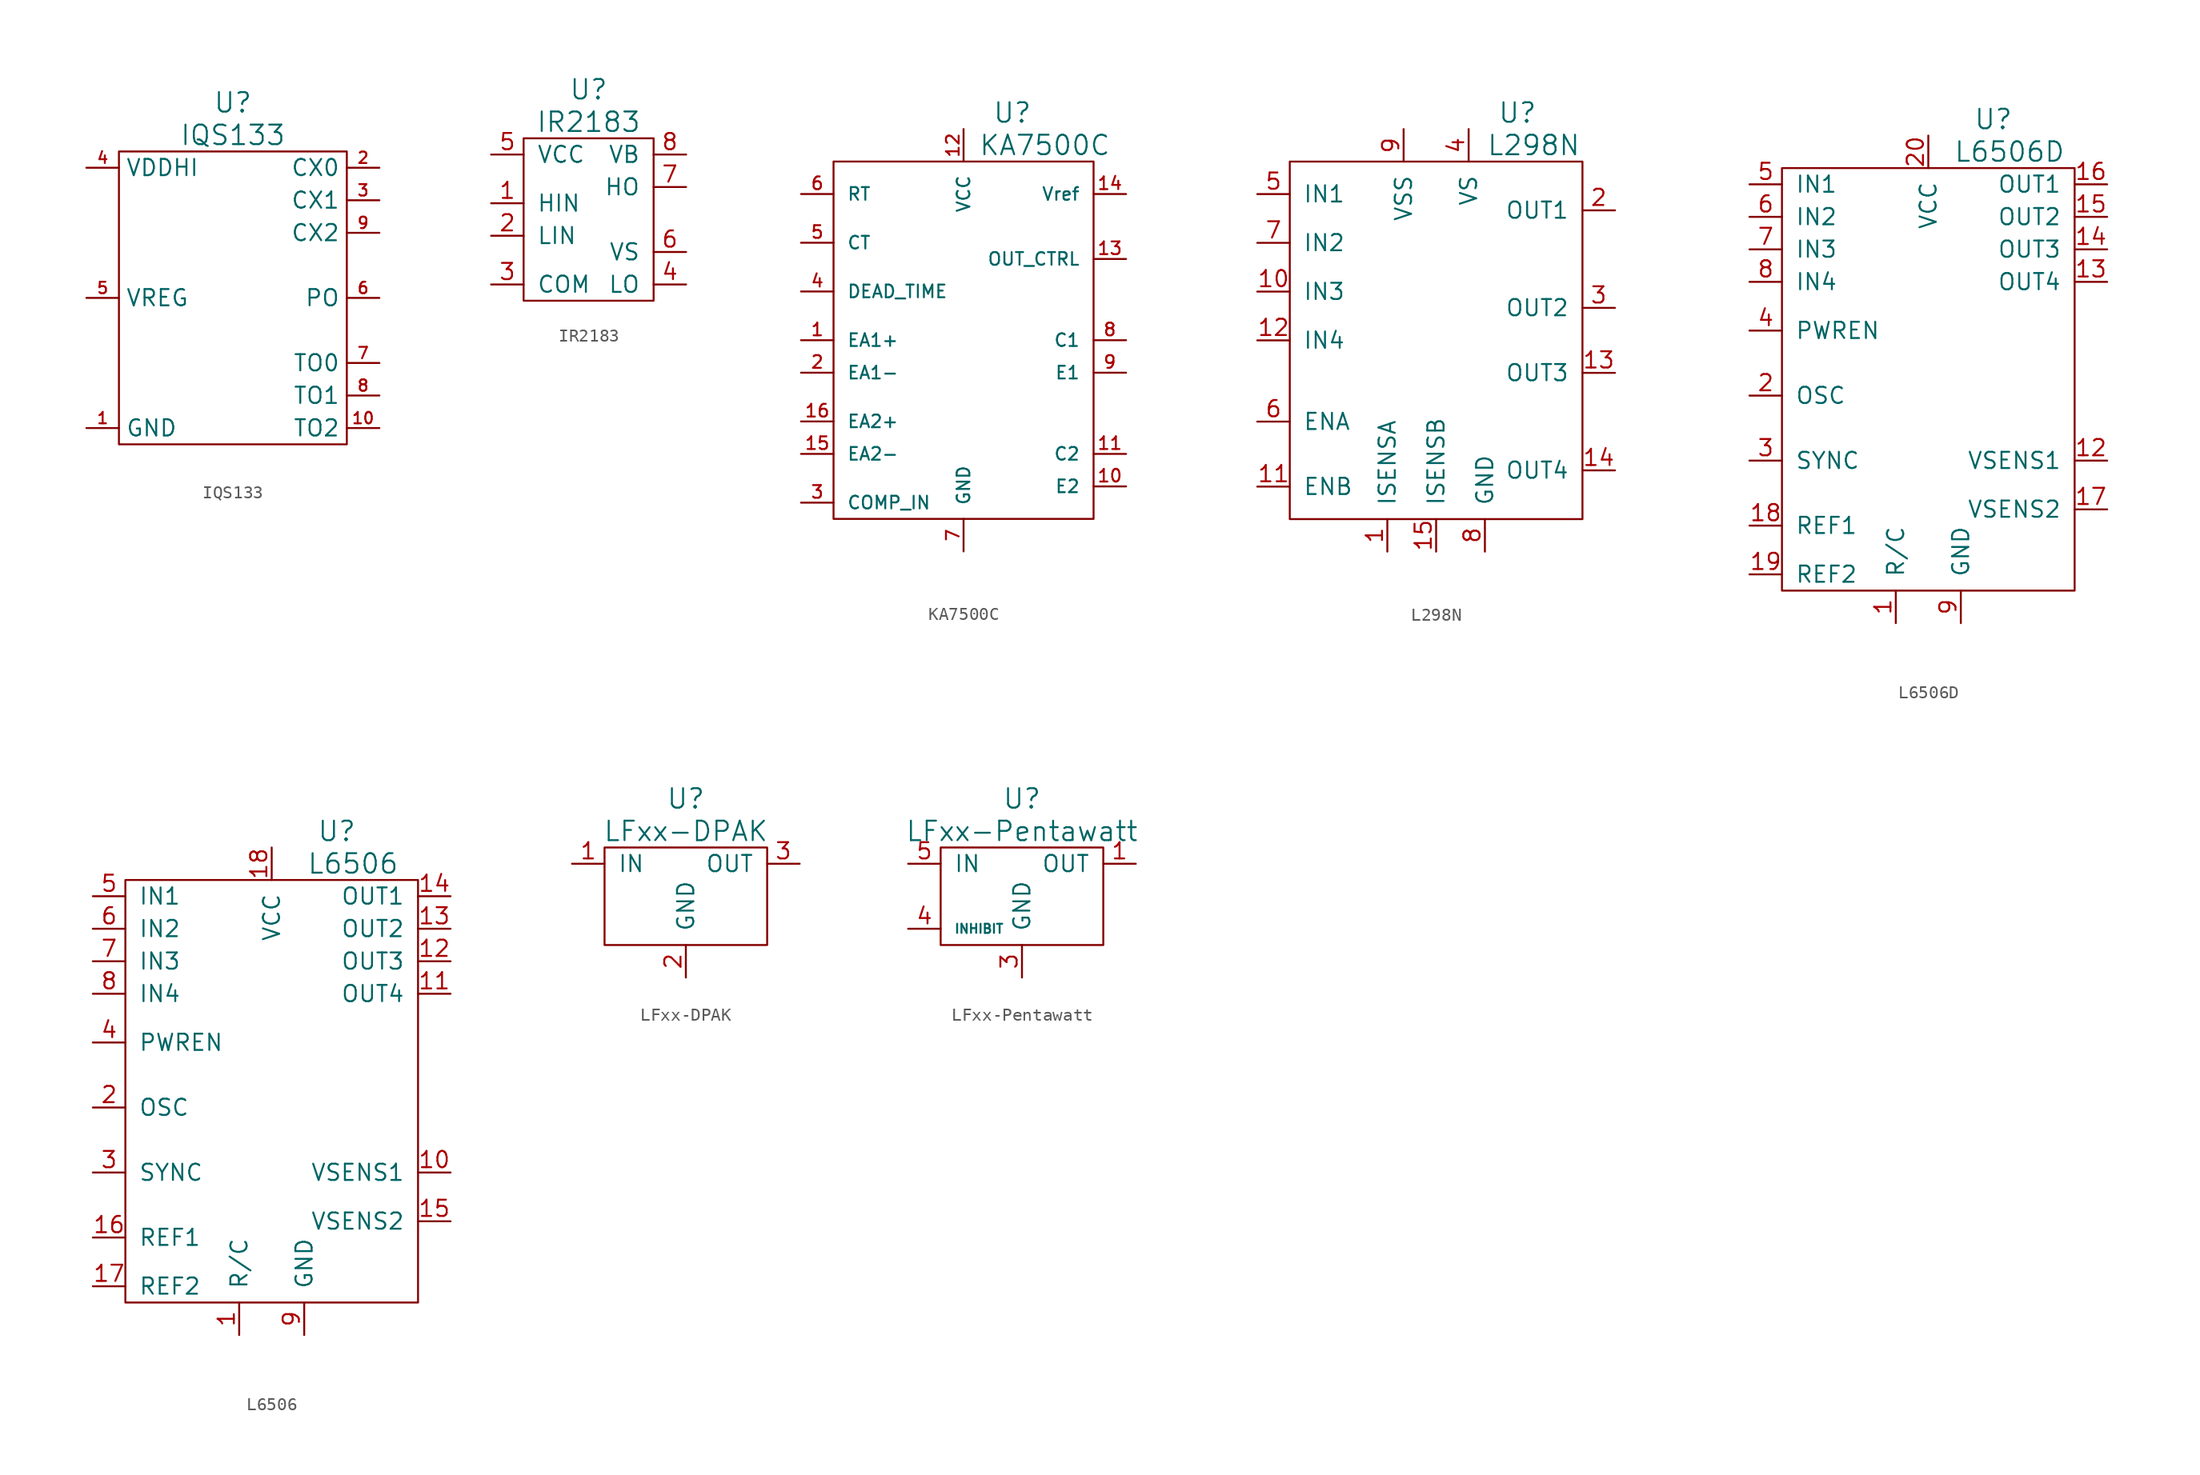
<source format=kicad_sym>
(kicad_symbol_lib
  (version 20220914)
  (generator kicad_symbol_editor)
  (symbol "IQS133"
    (property "Reference" "U"
      (at 0 15.24 0)
      (effects (font (size 1.524 1.524))))
    (property "Value" "IQS133"
      (at 0 12.7 0)
      (effects (font (size 1.524 1.524))))
    (property "Footprint" ""
      (at 0 0 0)
      (effects (font (size 1.524 1.524))))
    (property "Datasheet" ""
      (at 0 0 0)
      (effects (font (size 1.524 1.524))))
    (symbol "IQS133_0_1"
      (rectangle (start 8.89 11.43) (end -8.89 -11.43) (stroke (width 0) (type solid)) (fill (type none))))
    (symbol "IQS133_1_1"
      (pin passive line (at -11.43 -10.16 0) (length 2.54) (name "GND" (effects (font (size 1.27 1.27)))) (number "1" (effects (font (size 0.889 0.889)))))
      (pin passive line (at 11.43 -10.16 180) (length 2.54) (name "TO2" (effects (font (size 1.27 1.27)))) (number "10" (effects (font (size 0.889 0.889)))))
      (pin passive line (at 11.43 10.16 180) (length 2.54) (name "CX0" (effects (font (size 1.27 1.27)))) (number "2" (effects (font (size 0.889 0.889)))))
      (pin passive line (at 11.43 7.62 180) (length 2.54) (name "CX1" (effects (font (size 1.27 1.27)))) (number "3" (effects (font (size 0.889 0.889)))))
      (pin passive line (at -11.43 10.16 0) (length 2.54) (name "VDDHI" (effects (font (size 1.27 1.27)))) (number "4" (effects (font (size 0.889 0.889)))))
      (pin passive line (at -11.43 0 0) (length 2.54) (name "VREG" (effects (font (size 1.27 1.27)))) (number "5" (effects (font (size 0.889 0.889)))))
      (pin passive line (at 11.43 0 180) (length 2.54) (name "PO" (effects (font (size 1.27 1.27)))) (number "6" (effects (font (size 0.889 0.889)))))
      (pin passive line (at 11.43 -5.08 180) (length 2.54) (name "TO0" (effects (font (size 1.27 1.27)))) (number "7" (effects (font (size 0.889 0.889)))))
      (pin passive line (at 11.43 -7.62 180) (length 2.54) (name "TO1" (effects (font (size 1.27 1.27)))) (number "8" (effects (font (size 0.889 0.889)))))
      (pin passive line (at 11.43 5.08 180) (length 2.54) (name "CX2" (effects (font (size 1.27 1.27)))) (number "9" (effects (font (size 0.889 0.889)))))))
  (symbol "IR2183"
    (pin_names
      (offset 1.016))
    (property "Reference" "U"
      (at 0 10.16 0)
      (effects (font (size 1.524 1.524))))
    (property "Value" "IR2183"
      (at 0 7.62 0)
      (effects (font (size 1.524 1.524))))
    (property "Footprint" ""
      (at 0 0 0)
      (effects (font (size 1.524 1.524))))
    (property "Datasheet" ""
      (at 0 0 0)
      (effects (font (size 1.524 1.524))))
    (symbol "IR2183_0_1"
      (rectangle (start 5.08 6.35) (end -5.08 -6.35) (stroke (width 0) (type solid)) (fill (type none))))
    (symbol "IR2183_1_1"
      (pin passive line (at -7.62 1.27 0) (length 2.54) (name "HIN" (effects (font (size 1.27 1.27)))) (number "1" (effects (font (size 1.27 1.27)))))
      (pin passive line (at -7.62 -1.27 0) (length 2.54) (name "LIN" (effects (font (size 1.27 1.27)))) (number "2" (effects (font (size 1.27 1.27)))))
      (pin passive line (at -7.62 -5.08 0) (length 2.54) (name "COM" (effects (font (size 1.27 1.27)))) (number "3" (effects (font (size 1.27 1.27)))))
      (pin passive line (at 7.62 -5.08 180) (length 2.54) (name "LO" (effects (font (size 1.27 1.27)))) (number "4" (effects (font (size 1.27 1.27)))))
      (pin passive line (at -7.62 5.08 0) (length 2.54) (name "VCC" (effects (font (size 1.27 1.27)))) (number "5" (effects (font (size 1.27 1.27)))))
      (pin passive line (at 7.62 -2.54 180) (length 2.54) (name "VS" (effects (font (size 1.27 1.27)))) (number "6" (effects (font (size 1.27 1.27)))))
      (pin passive line (at 7.62 2.54 180) (length 2.54) (name "HO" (effects (font (size 1.27 1.27)))) (number "7" (effects (font (size 1.27 1.27)))))
      (pin passive line (at 7.62 5.08 180) (length 2.54) (name "VB" (effects (font (size 1.27 1.27)))) (number "8" (effects (font (size 1.27 1.27)))))))
  (symbol "KA7500C"
    (pin_names
      (offset 1.016))
    (property "Reference" "U"
      (at 3.81 17.78 0)
      (effects (font (size 1.524 1.524))))
    (property "Value" "KA7500C"
      (at 6.35 15.24 0)
      (effects (font (size 1.524 1.524))))
    (property "Footprint" ""
      (at 1.27 0 0)
      (effects (font (size 1.524 1.524))))
    (property "Datasheet" ""
      (at 0 0 0)
      (effects (font (size 1.524 1.524))))
    (symbol "KA7500C_0_1"
      (rectangle (start -10.16 13.97) (end 10.16 -13.97) (stroke (width 0) (type solid)) (fill (type none))))
    (symbol "KA7500C_1_1"
      (pin passive line (at -12.7 0 0) (length 2.54) (name "EA1+" (effects (font (size 0.991 0.991)))) (number "1" (effects (font (size 0.991 0.991)))))
      (pin passive line (at 12.7 -11.43 180) (length 2.54) (name "E2" (effects (font (size 0.991 0.991)))) (number "10" (effects (font (size 0.991 0.991)))))
      (pin passive line (at 12.7 -8.89 180) (length 2.54) (name "C2" (effects (font (size 0.991 0.991)))) (number "11" (effects (font (size 0.991 0.991)))))
      (pin passive line (at 0 16.51 270) (length 2.54) (name "VCC" (effects (font (size 0.991 0.991)))) (number "12" (effects (font (size 0.991 0.991)))))
      (pin passive line (at 12.7 6.35 180) (length 2.54) (name "OUT_CTRL" (effects (font (size 0.991 0.991)))) (number "13" (effects (font (size 0.991 0.991)))))
      (pin passive line (at 12.7 11.43 180) (length 2.54) (name "Vref" (effects (font (size 0.991 0.991)))) (number "14" (effects (font (size 0.991 0.991)))))
      (pin passive line (at -12.7 -8.89 0) (length 2.54) (name "EA2-" (effects (font (size 0.991 0.991)))) (number "15" (effects (font (size 0.991 0.991)))))
      (pin passive line (at -12.7 -6.35 0) (length 2.54) (name "EA2+" (effects (font (size 0.991 0.991)))) (number "16" (effects (font (size 0.991 0.991)))))
      (pin passive line (at -12.7 -2.54 0) (length 2.54) (name "EA1-" (effects (font (size 0.991 0.991)))) (number "2" (effects (font (size 0.991 0.991)))))
      (pin passive line (at -12.7 -12.7 0) (length 2.54) (name "COMP_IN" (effects (font (size 0.991 0.991)))) (number "3" (effects (font (size 0.991 0.991)))))
      (pin passive line (at -12.7 3.81 0) (length 2.54) (name "DEAD_TIME" (effects (font (size 0.991 0.991)))) (number "4" (effects (font (size 0.991 0.991)))))
      (pin passive line (at -12.7 7.62 0) (length 2.54) (name "CT" (effects (font (size 0.991 0.991)))) (number "5" (effects (font (size 0.991 0.991)))))
      (pin passive line (at -12.7 11.43 0) (length 2.54) (name "RT" (effects (font (size 0.991 0.991)))) (number "6" (effects (font (size 0.991 0.991)))))
      (pin passive line (at 0 -16.51 90) (length 2.54) (name "GND" (effects (font (size 0.991 0.991)))) (number "7" (effects (font (size 0.991 0.991)))))
      (pin passive line (at 12.7 0 180) (length 2.54) (name "C1" (effects (font (size 0.991 0.991)))) (number "8" (effects (font (size 0.991 0.991)))))
      (pin passive line (at 12.7 -2.54 180) (length 2.54) (name "E1" (effects (font (size 0.991 0.991)))) (number "9" (effects (font (size 0.991 0.991)))))))
  (symbol "L298N"
    (pin_names
      (offset 1.016))
    (property "Reference" "U"
      (at 6.35 17.78 0)
      (effects (font (size 1.524 1.524))))
    (property "Value" "L298N"
      (at 7.62 15.24 0)
      (effects (font (size 1.524 1.524))))
    (property "Footprint" ""
      (at 0 0 0)
      (effects (font (size 1.524 1.524))))
    (property "Datasheet" ""
      (at 0 0 0)
      (effects (font (size 1.524 1.524))))
    (symbol "L298N_0_1"
      (rectangle (start 11.43 -13.97) (end -11.43 13.97) (stroke (width 0) (type solid)) (fill (type none))))
    (symbol "L298N_1_1"
      (pin passive line (at -3.81 -16.51 90) (length 2.54) (name "ISENSA" (effects (font (size 1.27 1.27)))) (number "1" (effects (font (size 1.27 1.27)))))
      (pin passive line (at -13.97 3.81 0) (length 2.54) (name "IN3" (effects (font (size 1.27 1.27)))) (number "10" (effects (font (size 1.27 1.27)))))
      (pin passive line (at -13.97 -11.43 0) (length 2.54) (name "ENB" (effects (font (size 1.27 1.27)))) (number "11" (effects (font (size 1.27 1.27)))))
      (pin passive line (at -13.97 0 0) (length 2.54) (name "IN4" (effects (font (size 1.27 1.27)))) (number "12" (effects (font (size 1.27 1.27)))))
      (pin passive line (at 13.97 -2.54 180) (length 2.54) (name "OUT3" (effects (font (size 1.27 1.27)))) (number "13" (effects (font (size 1.27 1.27)))))
      (pin passive line (at 13.97 -10.16 180) (length 2.54) (name "OUT4" (effects (font (size 1.27 1.27)))) (number "14" (effects (font (size 1.27 1.27)))))
      (pin passive line (at 0 -16.51 90) (length 2.54) (name "ISENSB" (effects (font (size 1.27 1.27)))) (number "15" (effects (font (size 1.27 1.27)))))
      (pin passive line (at 13.97 10.16 180) (length 2.54) (name "OUT1" (effects (font (size 1.27 1.27)))) (number "2" (effects (font (size 1.27 1.27)))))
      (pin passive line (at 13.97 2.54 180) (length 2.54) (name "OUT2" (effects (font (size 1.27 1.27)))) (number "3" (effects (font (size 1.27 1.27)))))
      (pin passive line (at 2.54 16.51 270) (length 2.54) (name "VS" (effects (font (size 1.27 1.27)))) (number "4" (effects (font (size 1.27 1.27)))))
      (pin passive line (at -13.97 11.43 0) (length 2.54) (name "IN1" (effects (font (size 1.27 1.27)))) (number "5" (effects (font (size 1.27 1.27)))))
      (pin passive line (at -13.97 -6.35 0) (length 2.54) (name "ENA" (effects (font (size 1.27 1.27)))) (number "6" (effects (font (size 1.27 1.27)))))
      (pin passive line (at -13.97 7.62 0) (length 2.54) (name "IN2" (effects (font (size 1.27 1.27)))) (number "7" (effects (font (size 1.27 1.27)))))
      (pin passive line (at 3.81 -16.51 90) (length 2.54) (name "GND" (effects (font (size 1.27 1.27)))) (number "8" (effects (font (size 1.27 1.27)))))
      (pin passive line (at -2.54 16.51 270) (length 2.54) (name "VSS" (effects (font (size 1.27 1.27)))) (number "9" (effects (font (size 1.27 1.27)))))))
  (symbol "L6506D"
    (pin_names
      (offset 1.016))
    (property "Reference" "U"
      (at 5.08 20.32 0)
      (effects (font (size 1.524 1.524))))
    (property "Value" "L6506D"
      (at 6.35 17.78 0)
      (effects (font (size 1.524 1.524))))
    (property "Footprint" ""
      (at 2.54 -6.35 0)
      (effects (font (size 1.524 1.524))))
    (property "Datasheet" ""
      (at 0 0 0)
      (effects (font (size 1.524 1.524))))
    (symbol "L6506D_0_1"
      (rectangle (start -11.43 16.51) (end 11.43 -16.51) (stroke (width 0) (type solid)) (fill (type none))))
    (symbol "L6506D_1_1"
      (pin passive line (at -2.54 -19.05 90) (length 2.54) (name "R/C" (effects (font (size 1.27 1.27)))) (number "1" (effects (font (size 1.27 1.27)))))
      (pin passive line (at 13.97 -6.35 180) (length 2.54) (name "VSENS1" (effects (font (size 1.27 1.27)))) (number "12" (effects (font (size 1.27 1.27)))))
      (pin passive line (at 13.97 7.62 180) (length 2.54) (name "OUT4" (effects (font (size 1.27 1.27)))) (number "13" (effects (font (size 1.27 1.27)))))
      (pin passive line (at 13.97 10.16 180) (length 2.54) (name "OUT3" (effects (font (size 1.27 1.27)))) (number "14" (effects (font (size 1.27 1.27)))))
      (pin passive line (at 13.97 12.7 180) (length 2.54) (name "OUT2" (effects (font (size 1.27 1.27)))) (number "15" (effects (font (size 1.27 1.27)))))
      (pin passive line (at 13.97 15.24 180) (length 2.54) (name "OUT1" (effects (font (size 1.27 1.27)))) (number "16" (effects (font (size 1.27 1.27)))))
      (pin passive line (at 13.97 -10.16 180) (length 2.54) (name "VSENS2" (effects (font (size 1.27 1.27)))) (number "17" (effects (font (size 1.27 1.27)))))
      (pin passive line (at -13.97 -11.43 0) (length 2.54) (name "REF1" (effects (font (size 1.27 1.27)))) (number "18" (effects (font (size 1.27 1.27)))))
      (pin passive line (at -13.97 -15.24 0) (length 2.54) (name "REF2" (effects (font (size 1.27 1.27)))) (number "19" (effects (font (size 1.27 1.27)))))
      (pin passive line (at -13.97 -1.27 0) (length 2.54) (name "OSC" (effects (font (size 1.27 1.27)))) (number "2" (effects (font (size 1.27 1.27)))))
      (pin passive line (at 0 19.05 270) (length 2.54) (name "VCC" (effects (font (size 1.27 1.27)))) (number "20" (effects (font (size 1.27 1.27)))))
      (pin passive line (at -13.97 -6.35 0) (length 2.54) (name "SYNC" (effects (font (size 1.27 1.27)))) (number "3" (effects (font (size 1.27 1.27)))))
      (pin passive line (at -13.97 3.81 0) (length 2.54) (name "PWREN" (effects (font (size 1.27 1.27)))) (number "4" (effects (font (size 1.27 1.27)))))
      (pin passive line (at -13.97 15.24 0) (length 2.54) (name "IN1" (effects (font (size 1.27 1.27)))) (number "5" (effects (font (size 1.27 1.27)))))
      (pin passive line (at -13.97 12.7 0) (length 2.54) (name "IN2" (effects (font (size 1.27 1.27)))) (number "6" (effects (font (size 1.27 1.27)))))
      (pin passive line (at -13.97 10.16 0) (length 2.54) (name "IN3" (effects (font (size 1.27 1.27)))) (number "7" (effects (font (size 1.27 1.27)))))
      (pin passive line (at -13.97 7.62 0) (length 2.54) (name "IN4" (effects (font (size 1.27 1.27)))) (number "8" (effects (font (size 1.27 1.27)))))
      (pin passive line (at 2.54 -19.05 90) (length 2.54) (name "GND" (effects (font (size 1.27 1.27)))) (number "9" (effects (font (size 1.27 1.27)))))))
  (symbol "L6506"
    (pin_names
      (offset 1.016))
    (property "Reference" "U"
      (at 5.08 20.32 0)
      (effects (font (size 1.524 1.524))))
    (property "Value" "L6506"
      (at 6.35 17.78 0)
      (effects (font (size 1.524 1.524))))
    (property "Footprint" ""
      (at 2.54 -6.35 0)
      (effects (font (size 1.524 1.524))))
    (property "Datasheet" ""
      (at 0 0 0)
      (effects (font (size 1.524 1.524))))
    (symbol "L6506_0_1"
      (rectangle (start -11.43 16.51) (end 11.43 -16.51) (stroke (width 0) (type solid)) (fill (type none))))
    (symbol "L6506_1_1"
      (pin passive line (at -2.54 -19.05 90) (length 2.54) (name "R/C" (effects (font (size 1.27 1.27)))) (number "1" (effects (font (size 1.27 1.27)))))
      (pin passive line (at 13.97 -6.35 180) (length 2.54) (name "VSENS1" (effects (font (size 1.27 1.27)))) (number "10" (effects (font (size 1.27 1.27)))))
      (pin passive line (at 13.97 7.62 180) (length 2.54) (name "OUT4" (effects (font (size 1.27 1.27)))) (number "11" (effects (font (size 1.27 1.27)))))
      (pin passive line (at 13.97 10.16 180) (length 2.54) (name "OUT3" (effects (font (size 1.27 1.27)))) (number "12" (effects (font (size 1.27 1.27)))))
      (pin passive line (at 13.97 12.7 180) (length 2.54) (name "OUT2" (effects (font (size 1.27 1.27)))) (number "13" (effects (font (size 1.27 1.27)))))
      (pin passive line (at 13.97 15.24 180) (length 2.54) (name "OUT1" (effects (font (size 1.27 1.27)))) (number "14" (effects (font (size 1.27 1.27)))))
      (pin passive line (at 13.97 -10.16 180) (length 2.54) (name "VSENS2" (effects (font (size 1.27 1.27)))) (number "15" (effects (font (size 1.27 1.27)))))
      (pin passive line (at -13.97 -11.43 0) (length 2.54) (name "REF1" (effects (font (size 1.27 1.27)))) (number "16" (effects (font (size 1.27 1.27)))))
      (pin passive line (at -13.97 -15.24 0) (length 2.54) (name "REF2" (effects (font (size 1.27 1.27)))) (number "17" (effects (font (size 1.27 1.27)))))
      (pin passive line (at 0 19.05 270) (length 2.54) (name "VCC" (effects (font (size 1.27 1.27)))) (number "18" (effects (font (size 1.27 1.27)))))
      (pin passive line (at -13.97 -1.27 0) (length 2.54) (name "OSC" (effects (font (size 1.27 1.27)))) (number "2" (effects (font (size 1.27 1.27)))))
      (pin passive line (at -13.97 -6.35 0) (length 2.54) (name "SYNC" (effects (font (size 1.27 1.27)))) (number "3" (effects (font (size 1.27 1.27)))))
      (pin passive line (at -13.97 3.81 0) (length 2.54) (name "PWREN" (effects (font (size 1.27 1.27)))) (number "4" (effects (font (size 1.27 1.27)))))
      (pin passive line (at -13.97 15.24 0) (length 2.54) (name "IN1" (effects (font (size 1.27 1.27)))) (number "5" (effects (font (size 1.27 1.27)))))
      (pin passive line (at -13.97 12.7 0) (length 2.54) (name "IN2" (effects (font (size 1.27 1.27)))) (number "6" (effects (font (size 1.27 1.27)))))
      (pin passive line (at -13.97 10.16 0) (length 2.54) (name "IN3" (effects (font (size 1.27 1.27)))) (number "7" (effects (font (size 1.27 1.27)))))
      (pin passive line (at -13.97 7.62 0) (length 2.54) (name "IN4" (effects (font (size 1.27 1.27)))) (number "8" (effects (font (size 1.27 1.27)))))
      (pin passive line (at 2.54 -19.05 90) (length 2.54) (name "GND" (effects (font (size 1.27 1.27)))) (number "9" (effects (font (size 1.27 1.27)))))))
  (symbol "LFxx-DPAK"
    (pin_names
      (offset 1.016))
    (property "Reference" "U"
      (at 0 5.08 0)
      (effects (font (size 1.524 1.524))))
    (property "Value" "LFxx-DPAK"
      (at 0 2.54 0)
      (effects (font (size 1.524 1.524))))
    (property "Footprint" ""
      (at 0 0 0)
      (effects (font (size 1.524 1.524))))
    (property "Datasheet" ""
      (at 0 0 0)
      (effects (font (size 1.524 1.524))))
    (symbol "LFxx-DPAK_0_1"
      (rectangle (start -6.35 1.27) (end 6.35 -6.35) (stroke (width 0) (type solid)) (fill (type none))))
    (symbol "LFxx-DPAK_1_1"
      (pin input line (at -8.89 0 0) (length 2.54) (name "IN" (effects (font (size 1.27 1.27)))) (number "1" (effects (font (size 1.27 1.27)))))
      (pin input line (at 0 -8.89 90) (length 2.54) (name "GND" (effects (font (size 1.27 1.27)))) (number "2" (effects (font (size 1.27 1.27)))))
      (pin input line (at 8.89 0 180) (length 2.54) (name "OUT" (effects (font (size 1.27 1.27)))) (number "3" (effects (font (size 1.27 1.27)))))))
  (symbol "LFxx-Pentawatt"
    (pin_names
      (offset 1.016))
    (property "Reference" "U"
      (at 0 5.08 0)
      (effects (font (size 1.524 1.524))))
    (property "Value" "LFxx-Pentawatt"
      (at 0 2.54 0)
      (effects (font (size 1.524 1.524))))
    (property "Footprint" ""
      (at 0 0 0)
      (effects (font (size 1.524 1.524))))
    (property "Datasheet" ""
      (at 0 0 0)
      (effects (font (size 1.524 1.524))))
    (symbol "LFxx-Pentawatt_0_1"
      (rectangle (start -6.35 1.27) (end 6.35 -6.35) (stroke (width 0) (type solid)) (fill (type none))))
    (symbol "LFxx-Pentawatt_1_1"
      (pin input line (at 8.89 0 180) (length 2.54) (name "OUT" (effects (font (size 1.27 1.27)))) (number "1" (effects (font (size 1.27 1.27)))))
      (pin input line (at 0 -8.89 90) (length 2.54) (name "GND" (effects (font (size 1.27 1.27)))) (number "3" (effects (font (size 1.27 1.27)))))
      (pin input line (at -8.89 -5.08 0) (length 2.54) (name "INHIBIT" (effects (font (size 0.711 0.711)))) (number "4" (effects (font (size 1.27 1.27)))))
      (pin input line (at -8.89 0 0) (length 2.54) (name "IN" (effects (font (size 1.27 1.27)))) (number "5" (effects (font (size 1.27 1.27))))))))
</source>
